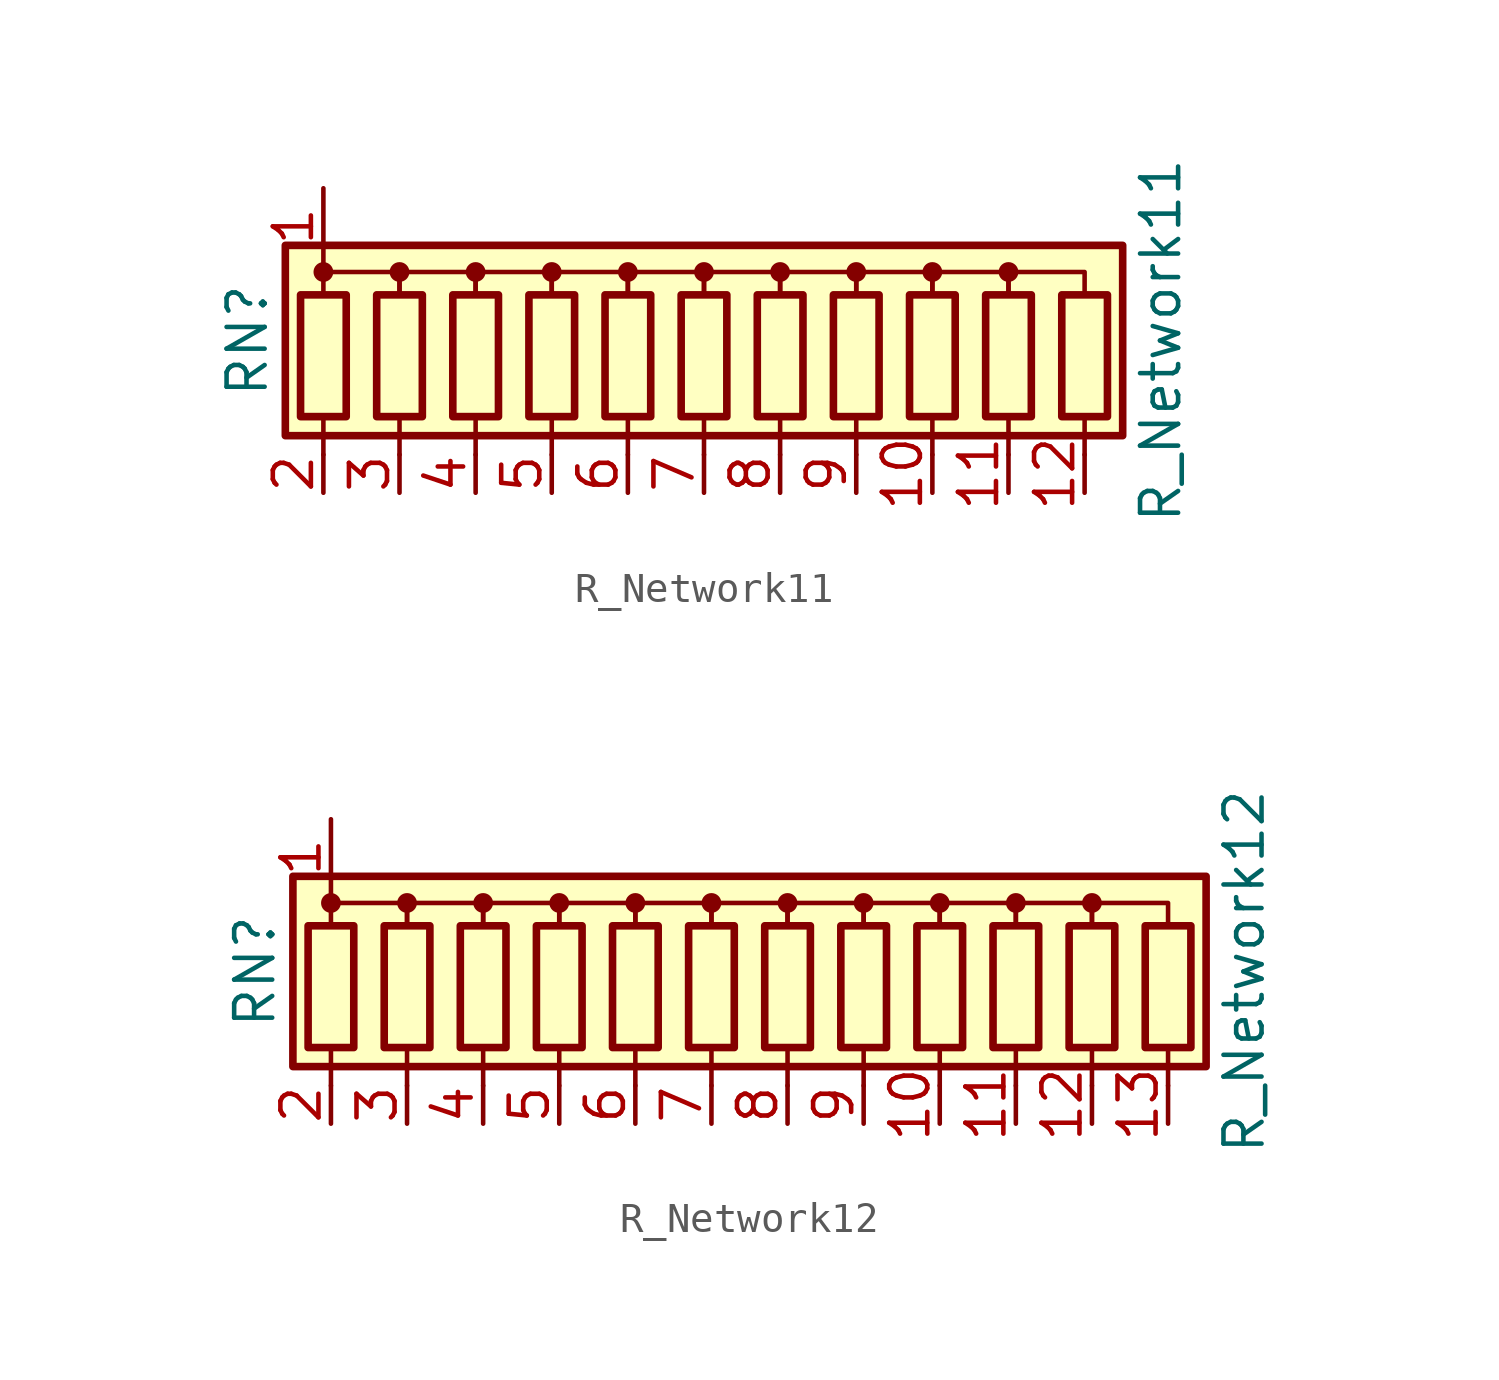
<source format=kicad_sym>
(kicad_symbol_lib
  (version 20211014)
  (generator kicad_symbol_editor)
  (symbol "R_Network11"
    (pin_names
      (offset 0) hide)
    (property "Reference" "RN"
      (at -15.24 0 90)
      (effects (font (size 1.27 1.27))))
    (property "Value" "R_Network11"
      (at 15.24 0 90)
      (effects (font (size 1.27 1.27))))
    (symbol "R_Network11_0_1"
      (rectangle (start -13.97 -3.175) (end 13.97 3.175) (stroke (width 0.254) (type default) (color 0 0 0 0)) (fill (type background)))
      (rectangle (start -13.462 1.524) (end -11.938 -2.54) (stroke (width 0.254) (type default) (color 0 0 0 0)) (fill (type none)))
      (circle (center -12.7 2.286) (radius 0.254) (stroke (width 0) (type default) (color 0 0 0 0)) (fill (type outline)))
      (rectangle (start -10.922 1.524) (end -9.398 -2.54) (stroke (width 0.254) (type default) (color 0 0 0 0)) (fill (type none)))
      (circle (center -10.16 2.286) (radius 0.254) (stroke (width 0) (type default) (color 0 0 0 0)) (fill (type outline)))
      (rectangle (start -8.382 1.524) (end -6.858 -2.54) (stroke (width 0.254) (type default) (color 0 0 0 0)) (fill (type none)))
      (circle (center -7.62 2.286) (radius 0.254) (stroke (width 0) (type default) (color 0 0 0 0)) (fill (type outline)))
      (rectangle (start -5.842 1.524) (end -4.318 -2.54) (stroke (width 0.254) (type default) (color 0 0 0 0)) (fill (type none)))
      (circle (center -5.08 2.286) (radius 0.254) (stroke (width 0) (type default) (color 0 0 0 0)) (fill (type outline)))
      (rectangle (start -3.302 1.524) (end -1.778 -2.54) (stroke (width 0.254) (type default) (color 0 0 0 0)) (fill (type none)))
      (circle (center -2.54 2.286) (radius 0.254) (stroke (width 0) (type default) (color 0 0 0 0)) (fill (type outline)))
      (rectangle (start -0.762 1.524) (end 0.762 -2.54) (stroke (width 0.254) (type default) (color 0 0 0 0)) (fill (type none)))
      (polyline (pts (xy -12.7 -2.54) (xy -12.7 -3.81)) (stroke (width 0) (type default) (color 0 0 0 0)) (fill (type none)))
      (polyline (pts (xy -10.16 -2.54) (xy -10.16 -3.81)) (stroke (width 0) (type default) (color 0 0 0 0)) (fill (type none)))
      (polyline (pts (xy -7.62 -2.54) (xy -7.62 -3.81)) (stroke (width 0) (type default) (color 0 0 0 0)) (fill (type none)))
      (polyline (pts (xy -5.08 -2.54) (xy -5.08 -3.81)) (stroke (width 0) (type default) (color 0 0 0 0)) (fill (type none)))
      (polyline (pts (xy -2.54 -2.54) (xy -2.54 -3.81)) (stroke (width 0) (type default) (color 0 0 0 0)) (fill (type none)))
      (polyline (pts (xy 0 -2.54) (xy 0 -3.81)) (stroke (width 0) (type default) (color 0 0 0 0)) (fill (type none)))
      (polyline (pts (xy 2.54 -2.54) (xy 2.54 -3.81)) (stroke (width 0) (type default) (color 0 0 0 0)) (fill (type none)))
      (polyline (pts (xy 5.08 -2.54) (xy 5.08 -3.81)) (stroke (width 0) (type default) (color 0 0 0 0)) (fill (type none)))
      (polyline (pts (xy 7.62 -2.54) (xy 7.62 -3.81)) (stroke (width 0) (type default) (color 0 0 0 0)) (fill (type none)))
      (polyline (pts (xy 10.16 -2.54) (xy 10.16 -3.81)) (stroke (width 0) (type default) (color 0 0 0 0)) (fill (type none)))
      (polyline (pts (xy 12.7 -2.54) (xy 12.7 -3.81)) (stroke (width 0) (type default) (color 0 0 0 0)) (fill (type none)))
      (polyline (pts (xy -12.7 1.524) (xy -12.7 2.286) (xy -10.16 2.286) (xy -10.16 1.524)) (stroke (width 0) (type default) (color 0 0 0 0)) (fill (type none)))
      (polyline (pts (xy -10.16 1.524) (xy -10.16 2.286) (xy -7.62 2.286) (xy -7.62 1.524)) (stroke (width 0) (type default) (color 0 0 0 0)) (fill (type none)))
      (polyline (pts (xy -7.62 1.524) (xy -7.62 2.286) (xy -5.08 2.286) (xy -5.08 1.524)) (stroke (width 0) (type default) (color 0 0 0 0)) (fill (type none)))
      (polyline (pts (xy -5.08 1.524) (xy -5.08 2.286) (xy -2.54 2.286) (xy -2.54 1.524)) (stroke (width 0) (type default) (color 0 0 0 0)) (fill (type none)))
      (polyline (pts (xy -2.54 1.524) (xy -2.54 2.286) (xy 0 2.286) (xy 0 1.524)) (stroke (width 0) (type default) (color 0 0 0 0)) (fill (type none)))
      (polyline (pts (xy 0 1.524) (xy 0 2.286) (xy 2.54 2.286) (xy 2.54 1.524)) (stroke (width 0) (type default) (color 0 0 0 0)) (fill (type none)))
      (polyline (pts (xy 2.54 1.524) (xy 2.54 2.286) (xy 5.08 2.286) (xy 5.08 1.524)) (stroke (width 0) (type default) (color 0 0 0 0)) (fill (type none)))
      (polyline (pts (xy 5.08 1.524) (xy 5.08 2.286) (xy 7.62 2.286) (xy 7.62 1.524)) (stroke (width 0) (type default) (color 0 0 0 0)) (fill (type none)))
      (polyline (pts (xy 7.62 1.524) (xy 7.62 2.286) (xy 10.16 2.286) (xy 10.16 1.524)) (stroke (width 0) (type default) (color 0 0 0 0)) (fill (type none)))
      (polyline (pts (xy 10.16 1.524) (xy 10.16 2.286) (xy 12.7 2.286) (xy 12.7 1.524)) (stroke (width 0) (type default) (color 0 0 0 0)) (fill (type none)))
      (circle (center 0 2.286) (radius 0.254) (stroke (width 0) (type default) (color 0 0 0 0)) (fill (type outline)))
      (rectangle (start 1.778 1.524) (end 3.302 -2.54) (stroke (width 0.254) (type default) (color 0 0 0 0)) (fill (type none)))
      (circle (center 2.54 2.286) (radius 0.254) (stroke (width 0) (type default) (color 0 0 0 0)) (fill (type outline)))
      (rectangle (start 4.318 1.524) (end 5.842 -2.54) (stroke (width 0.254) (type default) (color 0 0 0 0)) (fill (type none)))
      (circle (center 5.08 2.286) (radius 0.254) (stroke (width 0) (type default) (color 0 0 0 0)) (fill (type outline)))
      (rectangle (start 6.858 1.524) (end 8.382 -2.54) (stroke (width 0.254) (type default) (color 0 0 0 0)) (fill (type none)))
      (circle (center 7.62 2.286) (radius 0.254) (stroke (width 0) (type default) (color 0 0 0 0)) (fill (type outline)))
      (rectangle (start 9.398 1.524) (end 10.922 -2.54) (stroke (width 0.254) (type default) (color 0 0 0 0)) (fill (type none)))
      (circle (center 10.16 2.286) (radius 0.254) (stroke (width 0) (type default) (color 0 0 0 0)) (fill (type outline)))
      (rectangle (start 11.938 1.524) (end 13.462 -2.54) (stroke (width 0.254) (type default) (color 0 0 0 0)) (fill (type none))))
    (symbol "R_Network11_1_1"
      (pin passive line (at -12.7 5.08 270) (length 2.54) (name "common" (effects (font (size 1.27 1.27)))) (number "1" (effects (font (size 1.27 1.27)))))
      (pin passive line (at 7.62 -5.08 90) (length 1.27) (name "R9" (effects (font (size 1.27 1.27)))) (number "10" (effects (font (size 1.27 1.27)))))
      (pin passive line (at 10.16 -5.08 90) (length 1.27) (name "R10" (effects (font (size 1.27 1.27)))) (number "11" (effects (font (size 1.27 1.27)))))
      (pin passive line (at 12.7 -5.08 90) (length 1.27) (name "R11" (effects (font (size 1.27 1.27)))) (number "12" (effects (font (size 1.27 1.27)))))
      (pin passive line (at -12.7 -5.08 90) (length 1.27) (name "R1" (effects (font (size 1.27 1.27)))) (number "2" (effects (font (size 1.27 1.27)))))
      (pin passive line (at -10.16 -5.08 90) (length 1.27) (name "R2" (effects (font (size 1.27 1.27)))) (number "3" (effects (font (size 1.27 1.27)))))
      (pin passive line (at -7.62 -5.08 90) (length 1.27) (name "R3" (effects (font (size 1.27 1.27)))) (number "4" (effects (font (size 1.27 1.27)))))
      (pin passive line (at -5.08 -5.08 90) (length 1.27) (name "R4" (effects (font (size 1.27 1.27)))) (number "5" (effects (font (size 1.27 1.27)))))
      (pin passive line (at -2.54 -5.08 90) (length 1.27) (name "R5" (effects (font (size 1.27 1.27)))) (number "6" (effects (font (size 1.27 1.27)))))
      (pin passive line (at 0 -5.08 90) (length 1.27) (name "R6" (effects (font (size 1.27 1.27)))) (number "7" (effects (font (size 1.27 1.27)))))
      (pin passive line (at 2.54 -5.08 90) (length 1.27) (name "R7" (effects (font (size 1.27 1.27)))) (number "8" (effects (font (size 1.27 1.27)))))
      (pin passive line (at 5.08 -5.08 90) (length 1.27) (name "R8" (effects (font (size 1.27 1.27)))) (number "9" (effects (font (size 1.27 1.27)))))))
  (symbol "R_Network12"
    (pin_names
      (offset 0) hide)
    (property "Reference" "RN"
      (at -17.78 0 90)
      (effects (font (size 1.27 1.27))))
    (property "Value" "R_Network12"
      (at 15.24 0 90)
      (effects (font (size 1.27 1.27))))
    (symbol "R_Network12_0_1"
      (rectangle (start -16.51 -3.175) (end 13.97 3.175) (stroke (width 0.254) (type default) (color 0 0 0 0)) (fill (type background)))
      (rectangle (start -16.002 1.524) (end -14.478 -2.54) (stroke (width 0.254) (type default) (color 0 0 0 0)) (fill (type none)))
      (circle (center -15.24 2.286) (radius 0.254) (stroke (width 0) (type default) (color 0 0 0 0)) (fill (type outline)))
      (rectangle (start -13.462 1.524) (end -11.938 -2.54) (stroke (width 0.254) (type default) (color 0 0 0 0)) (fill (type none)))
      (circle (center -12.7 2.286) (radius 0.254) (stroke (width 0) (type default) (color 0 0 0 0)) (fill (type outline)))
      (rectangle (start -10.922 1.524) (end -9.398 -2.54) (stroke (width 0.254) (type default) (color 0 0 0 0)) (fill (type none)))
      (circle (center -10.16 2.286) (radius 0.254) (stroke (width 0) (type default) (color 0 0 0 0)) (fill (type outline)))
      (rectangle (start -8.382 1.524) (end -6.858 -2.54) (stroke (width 0.254) (type default) (color 0 0 0 0)) (fill (type none)))
      (circle (center -7.62 2.286) (radius 0.254) (stroke (width 0) (type default) (color 0 0 0 0)) (fill (type outline)))
      (rectangle (start -5.842 1.524) (end -4.318 -2.54) (stroke (width 0.254) (type default) (color 0 0 0 0)) (fill (type none)))
      (circle (center -5.08 2.286) (radius 0.254) (stroke (width 0) (type default) (color 0 0 0 0)) (fill (type outline)))
      (rectangle (start -3.302 1.524) (end -1.778 -2.54) (stroke (width 0.254) (type default) (color 0 0 0 0)) (fill (type none)))
      (circle (center -2.54 2.286) (radius 0.254) (stroke (width 0) (type default) (color 0 0 0 0)) (fill (type outline)))
      (rectangle (start -0.762 1.524) (end 0.762 -2.54) (stroke (width 0.254) (type default) (color 0 0 0 0)) (fill (type none)))
      (polyline (pts (xy -15.24 -2.54) (xy -15.24 -3.81)) (stroke (width 0) (type default) (color 0 0 0 0)) (fill (type none)))
      (polyline (pts (xy -12.7 -2.54) (xy -12.7 -3.81)) (stroke (width 0) (type default) (color 0 0 0 0)) (fill (type none)))
      (polyline (pts (xy -10.16 -2.54) (xy -10.16 -3.81)) (stroke (width 0) (type default) (color 0 0 0 0)) (fill (type none)))
      (polyline (pts (xy -7.62 -2.54) (xy -7.62 -3.81)) (stroke (width 0) (type default) (color 0 0 0 0)) (fill (type none)))
      (polyline (pts (xy -5.08 -2.54) (xy -5.08 -3.81)) (stroke (width 0) (type default) (color 0 0 0 0)) (fill (type none)))
      (polyline (pts (xy -2.54 -2.54) (xy -2.54 -3.81)) (stroke (width 0) (type default) (color 0 0 0 0)) (fill (type none)))
      (polyline (pts (xy 0 -2.54) (xy 0 -3.81)) (stroke (width 0) (type default) (color 0 0 0 0)) (fill (type none)))
      (polyline (pts (xy 2.54 -2.54) (xy 2.54 -3.81)) (stroke (width 0) (type default) (color 0 0 0 0)) (fill (type none)))
      (polyline (pts (xy 5.08 -2.54) (xy 5.08 -3.81)) (stroke (width 0) (type default) (color 0 0 0 0)) (fill (type none)))
      (polyline (pts (xy 7.62 -2.54) (xy 7.62 -3.81)) (stroke (width 0) (type default) (color 0 0 0 0)) (fill (type none)))
      (polyline (pts (xy 10.16 -2.54) (xy 10.16 -3.81)) (stroke (width 0) (type default) (color 0 0 0 0)) (fill (type none)))
      (polyline (pts (xy 12.7 -2.54) (xy 12.7 -3.81)) (stroke (width 0) (type default) (color 0 0 0 0)) (fill (type none)))
      (polyline (pts (xy -15.24 1.524) (xy -15.24 2.286) (xy -12.7 2.286) (xy -12.7 1.524)) (stroke (width 0) (type default) (color 0 0 0 0)) (fill (type none)))
      (polyline (pts (xy -12.7 1.524) (xy -12.7 2.286) (xy -10.16 2.286) (xy -10.16 1.524)) (stroke (width 0) (type default) (color 0 0 0 0)) (fill (type none)))
      (polyline (pts (xy -10.16 1.524) (xy -10.16 2.286) (xy -7.62 2.286) (xy -7.62 1.524)) (stroke (width 0) (type default) (color 0 0 0 0)) (fill (type none)))
      (polyline (pts (xy -7.62 1.524) (xy -7.62 2.286) (xy -5.08 2.286) (xy -5.08 1.524)) (stroke (width 0) (type default) (color 0 0 0 0)) (fill (type none)))
      (polyline (pts (xy -5.08 1.524) (xy -5.08 2.286) (xy -2.54 2.286) (xy -2.54 1.524)) (stroke (width 0) (type default) (color 0 0 0 0)) (fill (type none)))
      (polyline (pts (xy -2.54 1.524) (xy -2.54 2.286) (xy 0 2.286) (xy 0 1.524)) (stroke (width 0) (type default) (color 0 0 0 0)) (fill (type none)))
      (polyline (pts (xy 0 1.524) (xy 0 2.286) (xy 2.54 2.286) (xy 2.54 1.524)) (stroke (width 0) (type default) (color 0 0 0 0)) (fill (type none)))
      (polyline (pts (xy 2.54 1.524) (xy 2.54 2.286) (xy 5.08 2.286) (xy 5.08 1.524)) (stroke (width 0) (type default) (color 0 0 0 0)) (fill (type none)))
      (polyline (pts (xy 5.08 1.524) (xy 5.08 2.286) (xy 7.62 2.286) (xy 7.62 1.524)) (stroke (width 0) (type default) (color 0 0 0 0)) (fill (type none)))
      (polyline (pts (xy 7.62 1.524) (xy 7.62 2.286) (xy 10.16 2.286) (xy 10.16 1.524)) (stroke (width 0) (type default) (color 0 0 0 0)) (fill (type none)))
      (polyline (pts (xy 10.16 1.524) (xy 10.16 2.286) (xy 12.7 2.286) (xy 12.7 1.524)) (stroke (width 0) (type default) (color 0 0 0 0)) (fill (type none)))
      (circle (center 0 2.286) (radius 0.254) (stroke (width 0) (type default) (color 0 0 0 0)) (fill (type outline)))
      (rectangle (start 1.778 1.524) (end 3.302 -2.54) (stroke (width 0.254) (type default) (color 0 0 0 0)) (fill (type none)))
      (circle (center 2.54 2.286) (radius 0.254) (stroke (width 0) (type default) (color 0 0 0 0)) (fill (type outline)))
      (rectangle (start 4.318 1.524) (end 5.842 -2.54) (stroke (width 0.254) (type default) (color 0 0 0 0)) (fill (type none)))
      (circle (center 5.08 2.286) (radius 0.254) (stroke (width 0) (type default) (color 0 0 0 0)) (fill (type outline)))
      (rectangle (start 6.858 1.524) (end 8.382 -2.54) (stroke (width 0.254) (type default) (color 0 0 0 0)) (fill (type none)))
      (circle (center 7.62 2.286) (radius 0.254) (stroke (width 0) (type default) (color 0 0 0 0)) (fill (type outline)))
      (rectangle (start 9.398 1.524) (end 10.922 -2.54) (stroke (width 0.254) (type default) (color 0 0 0 0)) (fill (type none)))
      (circle (center 10.16 2.286) (radius 0.254) (stroke (width 0) (type default) (color 0 0 0 0)) (fill (type outline)))
      (rectangle (start 11.938 1.524) (end 13.462 -2.54) (stroke (width 0.254) (type default) (color 0 0 0 0)) (fill (type none))))
    (symbol "R_Network12_1_1"
      (pin passive line (at -15.24 5.08 270) (length 2.54) (name "common" (effects (font (size 1.27 1.27)))) (number "1" (effects (font (size 1.27 1.27)))))
      (pin passive line (at 5.08 -5.08 90) (length 1.27) (name "R9" (effects (font (size 1.27 1.27)))) (number "10" (effects (font (size 1.27 1.27)))))
      (pin passive line (at 7.62 -5.08 90) (length 1.27) (name "R10" (effects (font (size 1.27 1.27)))) (number "11" (effects (font (size 1.27 1.27)))))
      (pin passive line (at 10.16 -5.08 90) (length 1.27) (name "R11" (effects (font (size 1.27 1.27)))) (number "12" (effects (font (size 1.27 1.27)))))
      (pin passive line (at 12.7 -5.08 90) (length 1.27) (name "R12" (effects (font (size 1.27 1.27)))) (number "13" (effects (font (size 1.27 1.27)))))
      (pin passive line (at -15.24 -5.08 90) (length 1.27) (name "R1" (effects (font (size 1.27 1.27)))) (number "2" (effects (font (size 1.27 1.27)))))
      (pin passive line (at -12.7 -5.08 90) (length 1.27) (name "R2" (effects (font (size 1.27 1.27)))) (number "3" (effects (font (size 1.27 1.27)))))
      (pin passive line (at -10.16 -5.08 90) (length 1.27) (name "R3" (effects (font (size 1.27 1.27)))) (number "4" (effects (font (size 1.27 1.27)))))
      (pin passive line (at -7.62 -5.08 90) (length 1.27) (name "R4" (effects (font (size 1.27 1.27)))) (number "5" (effects (font (size 1.27 1.27)))))
      (pin passive line (at -5.08 -5.08 90) (length 1.27) (name "R5" (effects (font (size 1.27 1.27)))) (number "6" (effects (font (size 1.27 1.27)))))
      (pin passive line (at -2.54 -5.08 90) (length 1.27) (name "R6" (effects (font (size 1.27 1.27)))) (number "7" (effects (font (size 1.27 1.27)))))
      (pin passive line (at 0 -5.08 90) (length 1.27) (name "R7" (effects (font (size 1.27 1.27)))) (number "8" (effects (font (size 1.27 1.27)))))
      (pin passive line (at 2.54 -5.08 90) (length 1.27) (name "R8" (effects (font (size 1.27 1.27)))) (number "9" (effects (font (size 1.27 1.27))))))))
</source>
